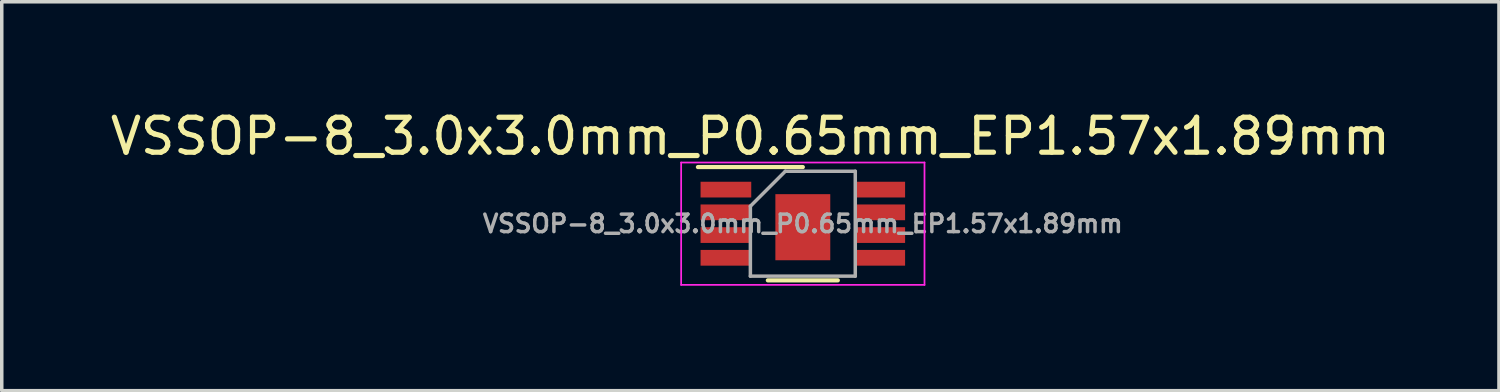
<source format=kicad_pcb>
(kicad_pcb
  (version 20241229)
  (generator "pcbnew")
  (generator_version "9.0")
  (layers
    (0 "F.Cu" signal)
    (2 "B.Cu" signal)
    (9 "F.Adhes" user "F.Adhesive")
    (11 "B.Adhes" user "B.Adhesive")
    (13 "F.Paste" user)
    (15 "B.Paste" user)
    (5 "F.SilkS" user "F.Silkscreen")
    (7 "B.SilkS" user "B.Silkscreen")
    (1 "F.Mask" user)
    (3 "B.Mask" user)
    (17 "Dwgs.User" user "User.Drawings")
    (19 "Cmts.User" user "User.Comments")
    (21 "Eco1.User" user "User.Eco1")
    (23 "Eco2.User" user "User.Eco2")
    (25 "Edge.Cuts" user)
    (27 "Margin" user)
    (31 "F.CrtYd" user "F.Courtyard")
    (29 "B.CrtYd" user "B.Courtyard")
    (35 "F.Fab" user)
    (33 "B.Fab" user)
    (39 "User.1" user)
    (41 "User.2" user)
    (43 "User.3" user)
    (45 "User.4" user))
  (footprint "VSSOP-8_3.0x3.0mm_P0.65mm_EP1.57x1.89mm"
    (layer "F.Cu")
    (at 19.911 3.348)
    (property "Reference" "VSSOP-8_3.0x3.0mm_P0.65mm_EP1.57x1.89mm" (at -1.5 -2.5 0) (unlocked yes) (layer "F.SilkS") (effects (font (size 1 1) (thickness 0.15))))
    (attr smd)
    (fp_line (start 0 -1.62) (end -3 -1.62) (stroke (width 0.12) (type solid)) (layer "F.SilkS"))
    (fp_line (start 1 1.62) (end -1 1.62) (stroke (width 0.12) (type solid)) (layer "F.SilkS"))
    (fp_line (start -3.48 -1.75) (end 3.48 -1.75) (stroke (width 0.05) (type solid)) (layer "F.CrtYd"))
    (fp_line (start -3.48 1.75) (end -3.48 -1.75) (stroke (width 0.05) (type solid)) (layer "F.CrtYd"))
    (fp_line (start 3.48 -1.75) (end 3.48 1.75) (stroke (width 0.05) (type solid)) (layer "F.CrtYd"))
    (fp_line (start 3.48 1.75) (end -3.48 1.75) (stroke (width 0.05) (type solid)) (layer "F.CrtYd"))
    (fp_line (start -1.5 1.5) (end -1.5 -0.5) (stroke (width 0.1) (type solid)) (layer "F.Fab"))
    (fp_line (start -0.5 -1.5) (end -1.5 -0.5) (stroke (width 0.1) (type solid)) (layer "F.Fab"))
    (fp_line (start -0.5 -1.5) (end 1.5 -1.5) (stroke (width 0.1) (type solid)) (layer "F.Fab"))
    (fp_line (start 1.5 -1.5) (end 1.5 1.5) (stroke (width 0.1) (type solid)) (layer "F.Fab"))
    (fp_line (start 1.5 1.5) (end -1.5 1.5) (stroke (width 0.1) (type solid)) (layer "F.Fab"))
    (fp_text user "${REFERENCE}" (at 0 0 0) (layer "F.Fab") (effects (font (size 0.5 0.5) (thickness 0.1))))
    (pad "1" smd rect (at -2.2 -0.975 270) (size 0.45 1.45) (layers "F.Cu" "F.Mask" "F.Paste"))
    (pad "2" smd rect (at -2.2 -0.325 270) (size 0.45 1.45) (layers "F.Cu" "F.Mask" "F.Paste"))
    (pad "3" smd rect (at -2.2 0.325 270) (size 0.45 1.45) (layers "F.Cu" "F.Mask" "F.Paste"))
    (pad "4" smd rect (at -2.2 0.975 270) (size 0.45 1.45) (layers "F.Cu" "F.Mask" "F.Paste"))
    (pad "5" smd rect (at 2.2 0.975 270) (size 0.45 1.45) (layers "F.Cu" "F.Mask" "F.Paste"))
    (pad "6" smd rect (at 2.2 0.325 270) (size 0.45 1.45) (layers "F.Cu" "F.Mask" "F.Paste"))
    (pad "7" smd rect (at 2.2 -0.325 270) (size 0.45 1.45) (layers "F.Cu" "F.Mask" "F.Paste"))
    (pad "8" smd rect (at 2.2 -0.975 270) (size 0.45 1.45) (layers "F.Cu" "F.Mask" "F.Paste"))
    (pad "9" smd rect (at 0 0.1) (size 1.57 1.89) (layers "F.Cu" "F.Mask" "F.Paste")))
  (gr_rect
    (start -3 -3)
    (end 39.821 8.123)
    (stroke (width 0.1) (type default))
    (fill no)
    (layer "Edge.Cuts")))
</source>
